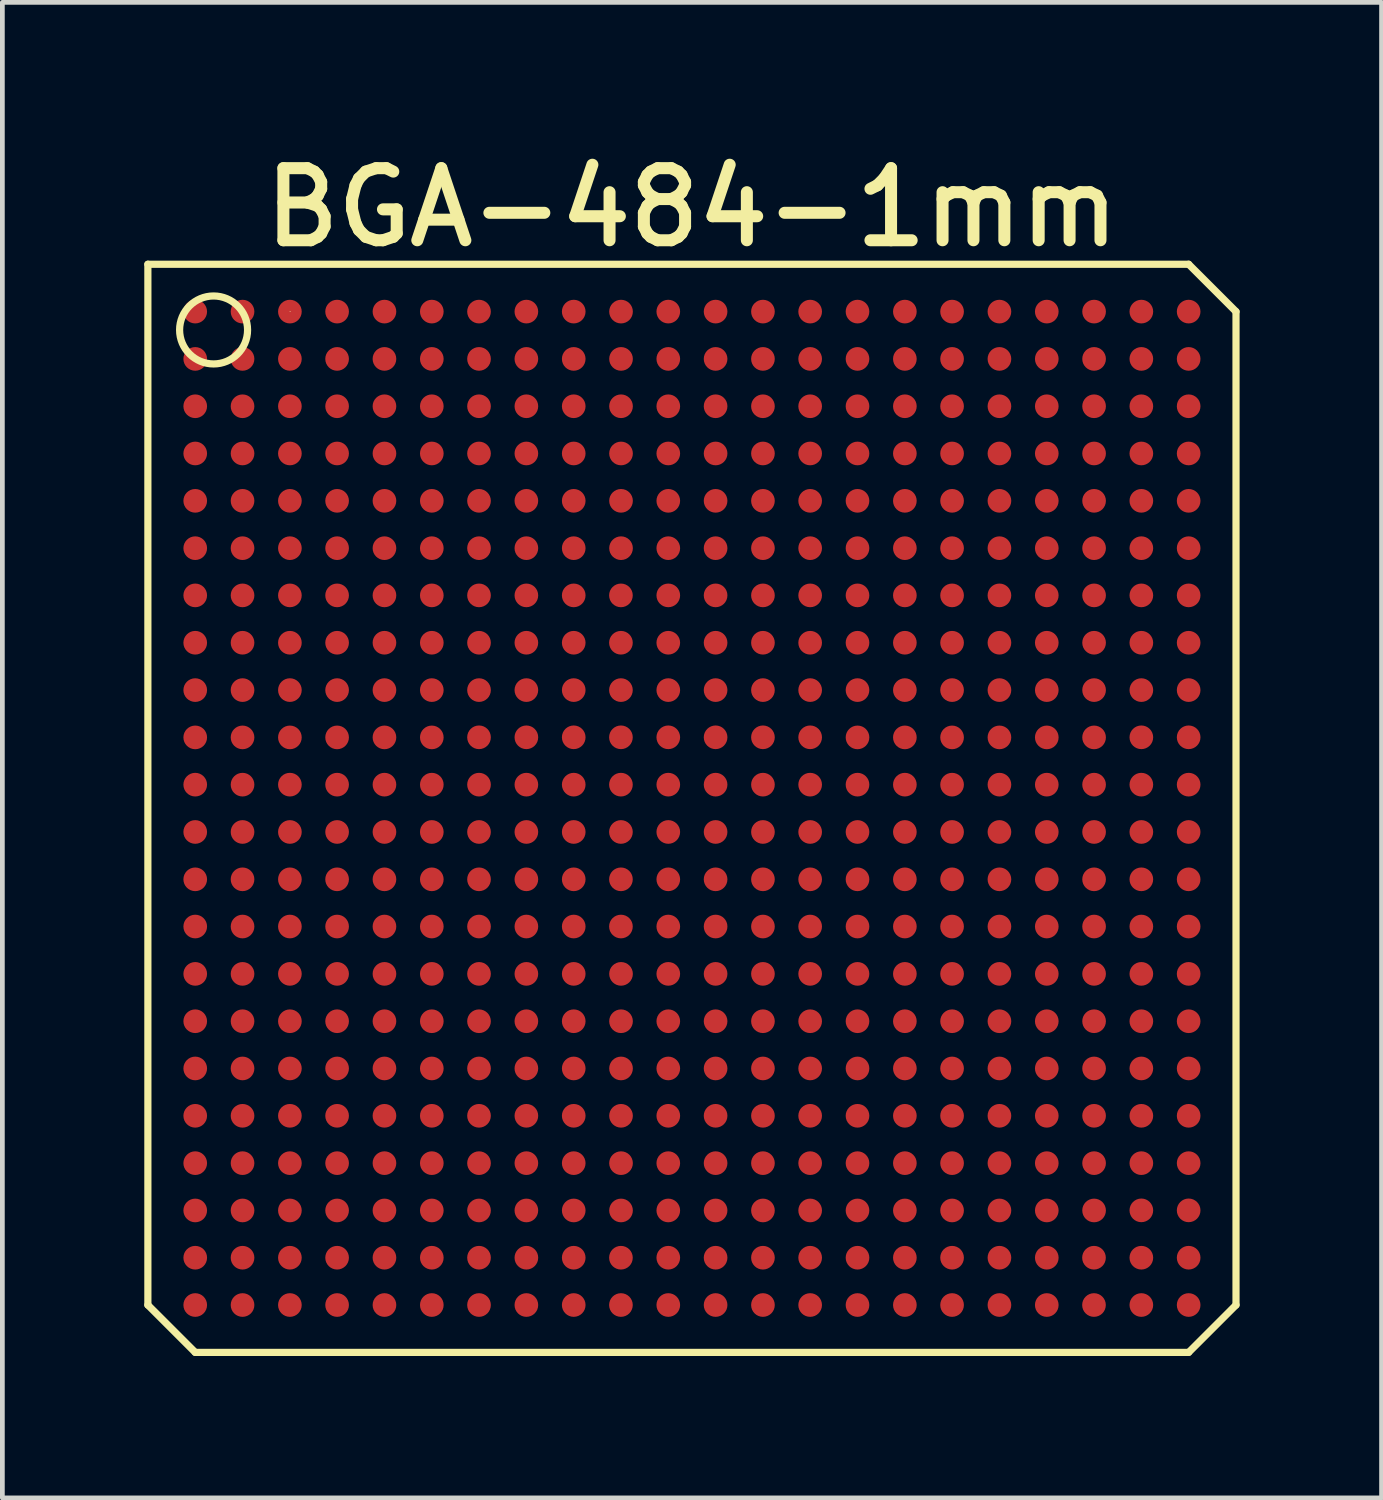
<source format=kicad_pcb>
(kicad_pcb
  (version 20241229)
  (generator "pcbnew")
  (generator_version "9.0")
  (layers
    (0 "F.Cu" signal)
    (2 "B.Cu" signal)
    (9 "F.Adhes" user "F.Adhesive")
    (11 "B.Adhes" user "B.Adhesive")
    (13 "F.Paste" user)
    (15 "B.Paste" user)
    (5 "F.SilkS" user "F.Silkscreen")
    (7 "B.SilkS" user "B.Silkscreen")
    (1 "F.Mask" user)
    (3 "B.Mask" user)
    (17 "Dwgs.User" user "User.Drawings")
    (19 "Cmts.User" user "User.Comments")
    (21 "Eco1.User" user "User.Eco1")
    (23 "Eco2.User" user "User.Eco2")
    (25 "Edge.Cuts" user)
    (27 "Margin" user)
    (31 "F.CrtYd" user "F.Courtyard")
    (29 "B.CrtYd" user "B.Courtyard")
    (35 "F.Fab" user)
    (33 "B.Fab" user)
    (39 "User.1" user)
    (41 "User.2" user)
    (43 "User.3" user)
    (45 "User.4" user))
  (footprint "BGA-484-1mm"
    (layer "F.Cu")
    (at 11.577 14.037)
    (property "Reference" "BGA-484-1mm" (at 0 -12.7 0) (layer "F.SilkS") (effects (font (size 1.524 1.524) (thickness 0.254))))
    (attr smd)
    (fp_line (start -11.501 -11.501) (end 10.5 -11.501) (stroke (width 0.152) (type solid)) (layer "F.SilkS"))
    (fp_line (start -11.501 10.5) (end -11.501 -11.501) (stroke (width 0.152) (type solid)) (layer "F.SilkS"))
    (fp_line (start -10.5 11.501) (end -11.501 10.5) (stroke (width 0.152) (type solid)) (layer "F.SilkS"))
    (fp_line (start -8.499 -10.5) (end -8.489 -10.5) (stroke (width 0.013) (type solid)) (layer "F.SilkS"))
    (fp_line (start 10.5 -11.501) (end 11.501 -10.5) (stroke (width 0.152) (type solid)) (layer "F.SilkS"))
    (fp_line (start 10.5 11.501) (end -10.5 11.501) (stroke (width 0.152) (type solid)) (layer "F.SilkS"))
    (fp_line (start 11.501 -10.5) (end 11.501 10.5) (stroke (width 0.152) (type solid)) (layer "F.SilkS"))
    (fp_line (start 11.501 10.5) (end 10.5 11.501) (stroke (width 0.152) (type solid)) (layer "F.SilkS"))
    (fp_circle (center -10.112 -10.112) (end -9.604 -10.62) (stroke (width 0.152) (type solid)) (fill no) (layer "F.SilkS"))
    (pad "A1" smd circle (at -10.5 -10.5) (size 0.5 0.5) (layers "F.Cu" "F.Mask" "F.Paste"))
    (pad "A2" smd circle (at -9.5 -10.5) (size 0.5 0.5) (layers "F.Cu" "F.Mask" "F.Paste"))
    (pad "A3" smd circle (at -8.499 -10.5) (size 0.5 0.5) (layers "F.Cu" "F.Mask" "F.Paste"))
    (pad "A4" smd circle (at -7.501 -10.5) (size 0.5 0.5) (layers "F.Cu" "F.Mask" "F.Paste"))
    (pad "A5" smd circle (at -6.5 -10.5) (size 0.5 0.5) (layers "F.Cu" "F.Mask" "F.Paste"))
    (pad "A6" smd circle (at -5.499 -10.5) (size 0.5 0.5) (layers "F.Cu" "F.Mask" "F.Paste"))
    (pad "A7" smd circle (at -4.501 -10.5) (size 0.5 0.5) (layers "F.Cu" "F.Mask" "F.Paste"))
    (pad "A8" smd circle (at -3.5 -10.5) (size 0.5 0.5) (layers "F.Cu" "F.Mask" "F.Paste"))
    (pad "A9" smd circle (at -2.499 -10.5) (size 0.5 0.5) (layers "F.Cu" "F.Mask" "F.Paste"))
    (pad "A10" smd circle (at -1.499 -10.5) (size 0.5 0.5) (layers "F.Cu" "F.Mask" "F.Paste"))
    (pad "A11" smd circle (at -0.5 -10.5) (size 0.5 0.5) (layers "F.Cu" "F.Mask" "F.Paste"))
    (pad "A12" smd circle (at 0.5 -10.5) (size 0.5 0.5) (layers "F.Cu" "F.Mask" "F.Paste"))
    (pad "A13" smd circle (at 1.501 -10.5) (size 0.5 0.5) (layers "F.Cu" "F.Mask" "F.Paste"))
    (pad "A14" smd circle (at 2.499 -10.5) (size 0.5 0.5) (layers "F.Cu" "F.Mask" "F.Paste"))
    (pad "A15" smd circle (at 3.5 -10.5) (size 0.5 0.5) (layers "F.Cu" "F.Mask" "F.Paste"))
    (pad "A16" smd circle (at 4.501 -10.5) (size 0.5 0.5) (layers "F.Cu" "F.Mask" "F.Paste"))
    (pad "A17" smd circle (at 5.499 -10.5) (size 0.5 0.5) (layers "F.Cu" "F.Mask" "F.Paste"))
    (pad "A18" smd circle (at 6.5 -10.5) (size 0.5 0.5) (layers "F.Cu" "F.Mask" "F.Paste"))
    (pad "A19" smd circle (at 7.501 -10.5) (size 0.5 0.5) (layers "F.Cu" "F.Mask" "F.Paste"))
    (pad "A20" smd circle (at 8.501 -10.5) (size 0.5 0.5) (layers "F.Cu" "F.Mask" "F.Paste"))
    (pad "A21" smd circle (at 9.5 -10.5) (size 0.5 0.5) (layers "F.Cu" "F.Mask" "F.Paste"))
    (pad "A22" smd circle (at 10.5 -10.5) (size 0.5 0.5) (layers "F.Cu" "F.Mask" "F.Paste"))
    (pad "AA1" smd circle (at -10.5 9.5) (size 0.5 0.5) (layers "F.Cu" "F.Mask" "F.Paste"))
    (pad "AA2" smd circle (at -9.5 9.5) (size 0.5 0.5) (layers "F.Cu" "F.Mask" "F.Paste"))
    (pad "AA3" smd circle (at -8.499 9.5) (size 0.5 0.5) (layers "F.Cu" "F.Mask" "F.Paste"))
    (pad "AA4" smd circle (at -7.501 9.5) (size 0.5 0.5) (layers "F.Cu" "F.Mask" "F.Paste"))
    (pad "AA5" smd circle (at -6.5 9.5) (size 0.5 0.5) (layers "F.Cu" "F.Mask" "F.Paste"))
    (pad "AA6" smd circle (at -5.499 9.5) (size 0.5 0.5) (layers "F.Cu" "F.Mask" "F.Paste"))
    (pad "AA7" smd circle (at -4.501 9.5) (size 0.5 0.5) (layers "F.Cu" "F.Mask" "F.Paste"))
    (pad "AA8" smd circle (at -3.5 9.5) (size 0.5 0.5) (layers "F.Cu" "F.Mask" "F.Paste"))
    (pad "AA9" smd circle (at -2.499 9.5) (size 0.5 0.5) (layers "F.Cu" "F.Mask" "F.Paste"))
    (pad "AA10" smd circle (at -1.501 9.5) (size 0.5 0.5) (layers "F.Cu" "F.Mask" "F.Paste"))
    (pad "AA11" smd circle (at -0.5 9.5) (size 0.5 0.5) (layers "F.Cu" "F.Mask" "F.Paste"))
    (pad "AA12" smd circle (at 0.5 9.5) (size 0.5 0.5) (layers "F.Cu" "F.Mask" "F.Paste"))
    (pad "AA13" smd circle (at 1.501 9.5) (size 0.5 0.5) (layers "F.Cu" "F.Mask" "F.Paste"))
    (pad "AA14" smd circle (at 2.499 9.5) (size 0.5 0.5) (layers "F.Cu" "F.Mask" "F.Paste"))
    (pad "AA15" smd circle (at 3.5 9.5) (size 0.5 0.5) (layers "F.Cu" "F.Mask" "F.Paste"))
    (pad "AA16" smd circle (at 4.501 9.5) (size 0.5 0.5) (layers "F.Cu" "F.Mask" "F.Paste"))
    (pad "AA17" smd circle (at 5.499 9.5) (size 0.5 0.5) (layers "F.Cu" "F.Mask" "F.Paste"))
    (pad "AA18" smd circle (at 6.5 9.5) (size 0.5 0.5) (layers "F.Cu" "F.Mask" "F.Paste"))
    (pad "AA19" smd circle (at 7.501 9.5) (size 0.5 0.5) (layers "F.Cu" "F.Mask" "F.Paste"))
    (pad "AA20" smd circle (at 8.499 9.5) (size 0.5 0.5) (layers "F.Cu" "F.Mask" "F.Paste"))
    (pad "AA21" smd circle (at 9.5 9.5) (size 0.5 0.5) (layers "F.Cu" "F.Mask" "F.Paste"))
    (pad "AA22" smd circle (at 10.5 9.5) (size 0.5 0.5) (layers "F.Cu" "F.Mask" "F.Paste"))
    (pad "AB1" smd circle (at -10.5 10.5) (size 0.5 0.5) (layers "F.Cu" "F.Mask" "F.Paste"))
    (pad "AB2" smd circle (at -9.5 10.5) (size 0.5 0.5) (layers "F.Cu" "F.Mask" "F.Paste"))
    (pad "AB3" smd circle (at -8.499 10.5) (size 0.5 0.5) (layers "F.Cu" "F.Mask" "F.Paste"))
    (pad "AB4" smd circle (at -7.501 10.5) (size 0.5 0.5) (layers "F.Cu" "F.Mask" "F.Paste"))
    (pad "AB5" smd circle (at -6.5 10.5) (size 0.5 0.5) (layers "F.Cu" "F.Mask" "F.Paste"))
    (pad "AB6" smd circle (at -5.499 10.5) (size 0.5 0.5) (layers "F.Cu" "F.Mask" "F.Paste"))
    (pad "AB7" smd circle (at -4.501 10.5) (size 0.5 0.5) (layers "F.Cu" "F.Mask" "F.Paste"))
    (pad "AB8" smd circle (at -3.5 10.5) (size 0.5 0.5) (layers "F.Cu" "F.Mask" "F.Paste"))
    (pad "AB9" smd circle (at -2.499 10.5) (size 0.5 0.5) (layers "F.Cu" "F.Mask" "F.Paste"))
    (pad "AB10" smd circle (at -1.501 10.5) (size 0.5 0.5) (layers "F.Cu" "F.Mask" "F.Paste"))
    (pad "AB11" smd circle (at -0.5 10.5) (size 0.5 0.5) (layers "F.Cu" "F.Mask" "F.Paste"))
    (pad "AB12" smd circle (at 0.5 10.5) (size 0.5 0.5) (layers "F.Cu" "F.Mask" "F.Paste"))
    (pad "AB13" smd circle (at 1.501 10.5) (size 0.5 0.5) (layers "F.Cu" "F.Mask" "F.Paste"))
    (pad "AB14" smd circle (at 2.499 10.5) (size 0.5 0.5) (layers "F.Cu" "F.Mask" "F.Paste"))
    (pad "AB15" smd circle (at 3.5 10.5) (size 0.5 0.5) (layers "F.Cu" "F.Mask" "F.Paste"))
    (pad "AB16" smd circle (at 4.501 10.5) (size 0.5 0.5) (layers "F.Cu" "F.Mask" "F.Paste"))
    (pad "AB17" smd circle (at 5.499 10.5) (size 0.5 0.5) (layers "F.Cu" "F.Mask" "F.Paste"))
    (pad "AB18" smd circle (at 6.5 10.5) (size 0.5 0.5) (layers "F.Cu" "F.Mask" "F.Paste"))
    (pad "AB19" smd circle (at 7.501 10.5) (size 0.5 0.5) (layers "F.Cu" "F.Mask" "F.Paste"))
    (pad "AB20" smd circle (at 8.499 10.5) (size 0.5 0.5) (layers "F.Cu" "F.Mask" "F.Paste"))
    (pad "AB21" smd circle (at 9.5 10.5) (size 0.5 0.5) (layers "F.Cu" "F.Mask" "F.Paste"))
    (pad "AB22" smd circle (at 10.5 10.5) (size 0.5 0.5) (layers "F.Cu" "F.Mask" "F.Paste"))
    (pad "B1" smd circle (at -10.5 -9.5) (size 0.5 0.5) (layers "F.Cu" "F.Mask" "F.Paste"))
    (pad "B2" smd circle (at -9.5 -9.5) (size 0.5 0.5) (layers "F.Cu" "F.Mask" "F.Paste"))
    (pad "B3" smd circle (at -8.499 -9.5) (size 0.5 0.5) (layers "F.Cu" "F.Mask" "F.Paste"))
    (pad "B4" smd circle (at -7.501 -9.5) (size 0.5 0.5) (layers "F.Cu" "F.Mask" "F.Paste"))
    (pad "B5" smd circle (at -6.5 -9.5) (size 0.5 0.5) (layers "F.Cu" "F.Mask" "F.Paste"))
    (pad "B6" smd circle (at -5.499 -9.5) (size 0.5 0.5) (layers "F.Cu" "F.Mask" "F.Paste"))
    (pad "B7" smd circle (at -4.501 -9.5) (size 0.5 0.5) (layers "F.Cu" "F.Mask" "F.Paste"))
    (pad "B8" smd circle (at -3.5 -9.5) (size 0.5 0.5) (layers "F.Cu" "F.Mask" "F.Paste"))
    (pad "B9" smd circle (at -2.499 -9.5) (size 0.5 0.5) (layers "F.Cu" "F.Mask" "F.Paste"))
    (pad "B10" smd circle (at -1.499 -9.5) (size 0.5 0.5) (layers "F.Cu" "F.Mask" "F.Paste"))
    (pad "B11" smd circle (at -0.5 -9.5) (size 0.5 0.5) (layers "F.Cu" "F.Mask" "F.Paste"))
    (pad "B12" smd circle (at 0.5 -9.5) (size 0.5 0.5) (layers "F.Cu" "F.Mask" "F.Paste"))
    (pad "B13" smd circle (at 1.501 -9.5) (size 0.5 0.5) (layers "F.Cu" "F.Mask" "F.Paste"))
    (pad "B14" smd circle (at 2.499 -9.5) (size 0.5 0.5) (layers "F.Cu" "F.Mask" "F.Paste"))
    (pad "B15" smd circle (at 3.5 -9.5) (size 0.5 0.5) (layers "F.Cu" "F.Mask" "F.Paste"))
    (pad "B16" smd circle (at 4.501 -9.5) (size 0.5 0.5) (layers "F.Cu" "F.Mask" "F.Paste"))
    (pad "B17" smd circle (at 5.499 -9.5) (size 0.5 0.5) (layers "F.Cu" "F.Mask" "F.Paste"))
    (pad "B18" smd circle (at 6.5 -9.5) (size 0.5 0.5) (layers "F.Cu" "F.Mask" "F.Paste"))
    (pad "B19" smd circle (at 7.501 -9.5) (size 0.5 0.5) (layers "F.Cu" "F.Mask" "F.Paste"))
    (pad "B20" smd circle (at 8.501 -9.5) (size 0.5 0.5) (layers "F.Cu" "F.Mask" "F.Paste"))
    (pad "B21" smd circle (at 9.5 -9.5) (size 0.5 0.5) (layers "F.Cu" "F.Mask" "F.Paste"))
    (pad "B22" smd circle (at 10.5 -9.5) (size 0.5 0.5) (layers "F.Cu" "F.Mask" "F.Paste"))
    (pad "C1" smd circle (at -10.5 -8.499) (size 0.5 0.5) (layers "F.Cu" "F.Mask" "F.Paste"))
    (pad "C2" smd circle (at -9.5 -8.499) (size 0.5 0.5) (layers "F.Cu" "F.Mask" "F.Paste"))
    (pad "C3" smd circle (at -8.499 -8.499) (size 0.5 0.5) (layers "F.Cu" "F.Mask" "F.Paste"))
    (pad "C4" smd circle (at -7.501 -8.499) (size 0.5 0.5) (layers "F.Cu" "F.Mask" "F.Paste"))
    (pad "C5" smd circle (at -6.5 -8.499) (size 0.5 0.5) (layers "F.Cu" "F.Mask" "F.Paste"))
    (pad "C6" smd circle (at -5.499 -8.499) (size 0.5 0.5) (layers "F.Cu" "F.Mask" "F.Paste"))
    (pad "C7" smd circle (at -4.501 -8.499) (size 0.5 0.5) (layers "F.Cu" "F.Mask" "F.Paste"))
    (pad "C8" smd circle (at -3.5 -8.499) (size 0.5 0.5) (layers "F.Cu" "F.Mask" "F.Paste"))
    (pad "C9" smd circle (at -2.499 -8.499) (size 0.5 0.5) (layers "F.Cu" "F.Mask" "F.Paste"))
    (pad "C10" smd circle (at -1.499 -8.499) (size 0.5 0.5) (layers "F.Cu" "F.Mask" "F.Paste"))
    (pad "C11" smd circle (at -0.5 -8.499) (size 0.5 0.5) (layers "F.Cu" "F.Mask" "F.Paste"))
    (pad "C12" smd circle (at 0.5 -8.499) (size 0.5 0.5) (layers "F.Cu" "F.Mask" "F.Paste"))
    (pad "C13" smd circle (at 1.501 -8.499) (size 0.5 0.5) (layers "F.Cu" "F.Mask" "F.Paste"))
    (pad "C14" smd circle (at 2.499 -8.499) (size 0.5 0.5) (layers "F.Cu" "F.Mask" "F.Paste"))
    (pad "C15" smd circle (at 3.5 -8.499) (size 0.5 0.5) (layers "F.Cu" "F.Mask" "F.Paste"))
    (pad "C16" smd circle (at 4.501 -8.499) (size 0.5 0.5) (layers "F.Cu" "F.Mask" "F.Paste"))
    (pad "C17" smd circle (at 5.499 -8.499) (size 0.5 0.5) (layers "F.Cu" "F.Mask" "F.Paste"))
    (pad "C18" smd circle (at 6.5 -8.499) (size 0.5 0.5) (layers "F.Cu" "F.Mask" "F.Paste"))
    (pad "C19" smd circle (at 7.501 -8.499) (size 0.5 0.5) (layers "F.Cu" "F.Mask" "F.Paste"))
    (pad "C20" smd circle (at 8.501 -8.499) (size 0.5 0.5) (layers "F.Cu" "F.Mask" "F.Paste"))
    (pad "C21" smd circle (at 9.5 -8.499) (size 0.5 0.5) (layers "F.Cu" "F.Mask" "F.Paste"))
    (pad "C22" smd circle (at 10.5 -8.499) (size 0.5 0.5) (layers "F.Cu" "F.Mask" "F.Paste"))
    (pad "D1" smd circle (at -10.5 -7.501) (size 0.5 0.5) (layers "F.Cu" "F.Mask" "F.Paste"))
    (pad "D2" smd circle (at -9.5 -7.501) (size 0.5 0.5) (layers "F.Cu" "F.Mask" "F.Paste"))
    (pad "D3" smd circle (at -8.499 -7.501) (size 0.5 0.5) (layers "F.Cu" "F.Mask" "F.Paste"))
    (pad "D4" smd circle (at -7.501 -7.501) (size 0.5 0.5) (layers "F.Cu" "F.Mask" "F.Paste"))
    (pad "D5" smd circle (at -6.5 -7.501) (size 0.5 0.5) (layers "F.Cu" "F.Mask" "F.Paste"))
    (pad "D6" smd circle (at -5.499 -7.501) (size 0.5 0.5) (layers "F.Cu" "F.Mask" "F.Paste"))
    (pad "D7" smd circle (at -4.501 -7.501) (size 0.5 0.5) (layers "F.Cu" "F.Mask" "F.Paste"))
    (pad "D8" smd circle (at -3.5 -7.501) (size 0.5 0.5) (layers "F.Cu" "F.Mask" "F.Paste"))
    (pad "D9" smd circle (at -2.499 -7.501) (size 0.5 0.5) (layers "F.Cu" "F.Mask" "F.Paste"))
    (pad "D10" smd circle (at -1.499 -7.501) (size 0.5 0.5) (layers "F.Cu" "F.Mask" "F.Paste"))
    (pad "D11" smd circle (at -0.5 -7.501) (size 0.5 0.5) (layers "F.Cu" "F.Mask" "F.Paste"))
    (pad "D12" smd circle (at 0.5 -7.501) (size 0.5 0.5) (layers "F.Cu" "F.Mask" "F.Paste"))
    (pad "D13" smd circle (at 1.501 -7.501) (size 0.5 0.5) (layers "F.Cu" "F.Mask" "F.Paste"))
    (pad "D14" smd circle (at 2.499 -7.501) (size 0.5 0.5) (layers "F.Cu" "F.Mask" "F.Paste"))
    (pad "D15" smd circle (at 3.5 -7.501) (size 0.5 0.5) (layers "F.Cu" "F.Mask" "F.Paste"))
    (pad "D16" smd circle (at 4.501 -7.501) (size 0.5 0.5) (layers "F.Cu" "F.Mask" "F.Paste"))
    (pad "D17" smd circle (at 5.499 -7.501) (size 0.5 0.5) (layers "F.Cu" "F.Mask" "F.Paste"))
    (pad "D18" smd circle (at 6.5 -7.501) (size 0.5 0.5) (layers "F.Cu" "F.Mask" "F.Paste"))
    (pad "D19" smd circle (at 7.501 -7.501) (size 0.5 0.5) (layers "F.Cu" "F.Mask" "F.Paste"))
    (pad "D20" smd circle (at 8.501 -7.501) (size 0.5 0.5) (layers "F.Cu" "F.Mask" "F.Paste"))
    (pad "D21" smd circle (at 9.5 -7.501) (size 0.5 0.5) (layers "F.Cu" "F.Mask" "F.Paste"))
    (pad "D22" smd circle (at 10.5 -7.501) (size 0.5 0.5) (layers "F.Cu" "F.Mask" "F.Paste"))
    (pad "E1" smd circle (at -10.5 -6.5) (size 0.5 0.5) (layers "F.Cu" "F.Mask" "F.Paste"))
    (pad "E2" smd circle (at -9.5 -6.5) (size 0.5 0.5) (layers "F.Cu" "F.Mask" "F.Paste"))
    (pad "E3" smd circle (at -8.499 -6.5) (size 0.5 0.5) (layers "F.Cu" "F.Mask" "F.Paste"))
    (pad "E4" smd circle (at -7.501 -6.5) (size 0.5 0.5) (layers "F.Cu" "F.Mask" "F.Paste"))
    (pad "E5" smd circle (at -6.5 -6.5) (size 0.5 0.5) (layers "F.Cu" "F.Mask" "F.Paste"))
    (pad "E6" smd circle (at -5.499 -6.5) (size 0.5 0.5) (layers "F.Cu" "F.Mask" "F.Paste"))
    (pad "E7" smd circle (at -4.501 -6.5) (size 0.5 0.5) (layers "F.Cu" "F.Mask" "F.Paste"))
    (pad "E8" smd circle (at -3.5 -6.5) (size 0.5 0.5) (layers "F.Cu" "F.Mask" "F.Paste"))
    (pad "E9" smd circle (at -2.499 -6.5) (size 0.5 0.5) (layers "F.Cu" "F.Mask" "F.Paste"))
    (pad "E10" smd circle (at -1.499 -6.5) (size 0.5 0.5) (layers "F.Cu" "F.Mask" "F.Paste"))
    (pad "E11" smd circle (at -0.5 -6.5) (size 0.5 0.5) (layers "F.Cu" "F.Mask" "F.Paste"))
    (pad "E12" smd circle (at 0.5 -6.5) (size 0.5 0.5) (layers "F.Cu" "F.Mask" "F.Paste"))
    (pad "E13" smd circle (at 1.501 -6.5) (size 0.5 0.5) (layers "F.Cu" "F.Mask" "F.Paste"))
    (pad "E14" smd circle (at 2.499 -6.5) (size 0.5 0.5) (layers "F.Cu" "F.Mask" "F.Paste"))
    (pad "E15" smd circle (at 3.5 -6.5) (size 0.5 0.5) (layers "F.Cu" "F.Mask" "F.Paste"))
    (pad "E16" smd circle (at 4.501 -6.5) (size 0.5 0.5) (layers "F.Cu" "F.Mask" "F.Paste"))
    (pad "E17" smd circle (at 5.499 -6.5) (size 0.5 0.5) (layers "F.Cu" "F.Mask" "F.Paste"))
    (pad "E18" smd circle (at 6.5 -6.5) (size 0.5 0.5) (layers "F.Cu" "F.Mask" "F.Paste"))
    (pad "E19" smd circle (at 7.501 -6.5) (size 0.5 0.5) (layers "F.Cu" "F.Mask" "F.Paste"))
    (pad "E20" smd circle (at 8.501 -6.5) (size 0.5 0.5) (layers "F.Cu" "F.Mask" "F.Paste"))
    (pad "E21" smd circle (at 9.5 -6.5) (size 0.5 0.5) (layers "F.Cu" "F.Mask" "F.Paste"))
    (pad "E22" smd circle (at 10.5 -6.5) (size 0.5 0.5) (layers "F.Cu" "F.Mask" "F.Paste"))
    (pad "F1" smd circle (at -10.5 -5.499) (size 0.5 0.5) (layers "F.Cu" "F.Mask" "F.Paste"))
    (pad "F2" smd circle (at -9.5 -5.499) (size 0.5 0.5) (layers "F.Cu" "F.Mask" "F.Paste"))
    (pad "F3" smd circle (at -8.499 -5.499) (size 0.5 0.5) (layers "F.Cu" "F.Mask" "F.Paste"))
    (pad "F4" smd circle (at -7.501 -5.499) (size 0.5 0.5) (layers "F.Cu" "F.Mask" "F.Paste"))
    (pad "F5" smd circle (at -6.5 -5.499) (size 0.5 0.5) (layers "F.Cu" "F.Mask" "F.Paste"))
    (pad "F6" smd circle (at -5.499 -5.499) (size 0.5 0.5) (layers "F.Cu" "F.Mask" "F.Paste"))
    (pad "F7" smd circle (at -4.501 -5.499) (size 0.5 0.5) (layers "F.Cu" "F.Mask" "F.Paste"))
    (pad "F8" smd circle (at -3.5 -5.499) (size 0.5 0.5) (layers "F.Cu" "F.Mask" "F.Paste"))
    (pad "F9" smd circle (at -2.499 -5.499) (size 0.5 0.5) (layers "F.Cu" "F.Mask" "F.Paste"))
    (pad "F10" smd circle (at -1.499 -5.499) (size 0.5 0.5) (layers "F.Cu" "F.Mask" "F.Paste"))
    (pad "F11" smd circle (at -0.5 -5.499) (size 0.5 0.5) (layers "F.Cu" "F.Mask" "F.Paste"))
    (pad "F12" smd circle (at 0.5 -5.499) (size 0.5 0.5) (layers "F.Cu" "F.Mask" "F.Paste"))
    (pad "F13" smd circle (at 1.501 -5.499) (size 0.5 0.5) (layers "F.Cu" "F.Mask" "F.Paste"))
    (pad "F14" smd circle (at 2.499 -5.499) (size 0.5 0.5) (layers "F.Cu" "F.Mask" "F.Paste"))
    (pad "F15" smd circle (at 3.5 -5.499) (size 0.5 0.5) (layers "F.Cu" "F.Mask" "F.Paste"))
    (pad "F16" smd circle (at 4.501 -5.499) (size 0.5 0.5) (layers "F.Cu" "F.Mask" "F.Paste"))
    (pad "F17" smd circle (at 5.499 -5.499) (size 0.5 0.5) (layers "F.Cu" "F.Mask" "F.Paste"))
    (pad "F18" smd circle (at 6.5 -5.499) (size 0.5 0.5) (layers "F.Cu" "F.Mask" "F.Paste"))
    (pad "F19" smd circle (at 7.501 -5.499) (size 0.5 0.5) (layers "F.Cu" "F.Mask" "F.Paste"))
    (pad "F20" smd circle (at 8.501 -5.499) (size 0.5 0.5) (layers "F.Cu" "F.Mask" "F.Paste"))
    (pad "F21" smd circle (at 9.5 -5.499) (size 0.5 0.5) (layers "F.Cu" "F.Mask" "F.Paste"))
    (pad "F22" smd circle (at 10.5 -5.499) (size 0.5 0.5) (layers "F.Cu" "F.Mask" "F.Paste"))
    (pad "G1" smd circle (at -10.5 -4.501) (size 0.5 0.5) (layers "F.Cu" "F.Mask" "F.Paste"))
    (pad "G2" smd circle (at -9.5 -4.501) (size 0.5 0.5) (layers "F.Cu" "F.Mask" "F.Paste"))
    (pad "G3" smd circle (at -8.499 -4.501) (size 0.5 0.5) (layers "F.Cu" "F.Mask" "F.Paste"))
    (pad "G4" smd circle (at -7.501 -4.501) (size 0.5 0.5) (layers "F.Cu" "F.Mask" "F.Paste"))
    (pad "G5" smd circle (at -6.5 -4.501) (size 0.5 0.5) (layers "F.Cu" "F.Mask" "F.Paste"))
    (pad "G6" smd circle (at -5.499 -4.501) (size 0.5 0.5) (layers "F.Cu" "F.Mask" "F.Paste"))
    (pad "G7" smd circle (at -4.501 -4.501) (size 0.5 0.5) (layers "F.Cu" "F.Mask" "F.Paste"))
    (pad "G8" smd circle (at -3.5 -4.501) (size 0.5 0.5) (layers "F.Cu" "F.Mask" "F.Paste"))
    (pad "G9" smd circle (at -2.499 -4.501) (size 0.5 0.5) (layers "F.Cu" "F.Mask" "F.Paste"))
    (pad "G10" smd circle (at -1.501 -4.501) (size 0.5 0.5) (layers "F.Cu" "F.Mask" "F.Paste"))
    (pad "G11" smd circle (at -0.5 -4.501) (size 0.5 0.5) (layers "F.Cu" "F.Mask" "F.Paste"))
    (pad "G12" smd circle (at 0.5 -4.501) (size 0.5 0.5) (layers "F.Cu" "F.Mask" "F.Paste"))
    (pad "G13" smd circle (at 1.501 -4.501) (size 0.5 0.5) (layers "F.Cu" "F.Mask" "F.Paste"))
    (pad "G14" smd circle (at 2.499 -4.501) (size 0.5 0.5) (layers "F.Cu" "F.Mask" "F.Paste"))
    (pad "G15" smd circle (at 3.5 -4.501) (size 0.5 0.5) (layers "F.Cu" "F.Mask" "F.Paste"))
    (pad "G16" smd circle (at 4.501 -4.501) (size 0.5 0.5) (layers "F.Cu" "F.Mask" "F.Paste"))
    (pad "G17" smd circle (at 5.499 -4.501) (size 0.5 0.5) (layers "F.Cu" "F.Mask" "F.Paste"))
    (pad "G18" smd circle (at 6.5 -4.501) (size 0.5 0.5) (layers "F.Cu" "F.Mask" "F.Paste"))
    (pad "G19" smd circle (at 7.501 -4.501) (size 0.5 0.5) (layers "F.Cu" "F.Mask" "F.Paste"))
    (pad "G20" smd circle (at 8.501 -4.501) (size 0.5 0.5) (layers "F.Cu" "F.Mask" "F.Paste"))
    (pad "G21" smd circle (at 9.5 -4.501) (size 0.5 0.5) (layers "F.Cu" "F.Mask" "F.Paste"))
    (pad "G22" smd circle (at 10.5 -4.501) (size 0.5 0.5) (layers "F.Cu" "F.Mask" "F.Paste"))
    (pad "H1" smd circle (at -10.5 -3.5) (size 0.5 0.5) (layers "F.Cu" "F.Mask" "F.Paste"))
    (pad "H2" smd circle (at -9.5 -3.5) (size 0.5 0.5) (layers "F.Cu" "F.Mask" "F.Paste"))
    (pad "H3" smd circle (at -8.499 -3.5) (size 0.5 0.5) (layers "F.Cu" "F.Mask" "F.Paste"))
    (pad "H4" smd circle (at -7.501 -3.5) (size 0.5 0.5) (layers "F.Cu" "F.Mask" "F.Paste"))
    (pad "H5" smd circle (at -6.5 -3.5) (size 0.5 0.5) (layers "F.Cu" "F.Mask" "F.Paste"))
    (pad "H6" smd circle (at -5.499 -3.5) (size 0.5 0.5) (layers "F.Cu" "F.Mask" "F.Paste"))
    (pad "H7" smd circle (at -4.501 -3.5) (size 0.5 0.5) (layers "F.Cu" "F.Mask" "F.Paste"))
    (pad "H8" smd circle (at -3.5 -3.5) (size 0.5 0.5) (layers "F.Cu" "F.Mask" "F.Paste"))
    (pad "H9" smd circle (at -2.499 -3.5) (size 0.5 0.5) (layers "F.Cu" "F.Mask" "F.Paste"))
    (pad "H10" smd circle (at -1.501 -3.5) (size 0.5 0.5) (layers "F.Cu" "F.Mask" "F.Paste"))
    (pad "H11" smd circle (at -0.5 -3.5) (size 0.5 0.5) (layers "F.Cu" "F.Mask" "F.Paste"))
    (pad "H12" smd circle (at 0.5 -3.5) (size 0.5 0.5) (layers "F.Cu" "F.Mask" "F.Paste"))
    (pad "H13" smd circle (at 1.501 -3.5) (size 0.5 0.5) (layers "F.Cu" "F.Mask" "F.Paste"))
    (pad "H14" smd circle (at 2.499 -3.5) (size 0.5 0.5) (layers "F.Cu" "F.Mask" "F.Paste"))
    (pad "H15" smd circle (at 3.5 -3.5) (size 0.5 0.5) (layers "F.Cu" "F.Mask" "F.Paste"))
    (pad "H16" smd circle (at 4.501 -3.5) (size 0.5 0.5) (layers "F.Cu" "F.Mask" "F.Paste"))
    (pad "H17" smd circle (at 5.499 -3.5) (size 0.5 0.5) (layers "F.Cu" "F.Mask" "F.Paste"))
    (pad "H18" smd circle (at 6.5 -3.5) (size 0.5 0.5) (layers "F.Cu" "F.Mask" "F.Paste"))
    (pad "H19" smd circle (at 7.501 -3.5) (size 0.5 0.5) (layers "F.Cu" "F.Mask" "F.Paste"))
    (pad "H20" smd circle (at 8.501 -3.5) (size 0.5 0.5) (layers "F.Cu" "F.Mask" "F.Paste"))
    (pad "H21" smd circle (at 9.5 -3.5) (size 0.5 0.5) (layers "F.Cu" "F.Mask" "F.Paste"))
    (pad "H22" smd circle (at 10.5 -3.5) (size 0.5 0.5) (layers "F.Cu" "F.Mask" "F.Paste"))
    (pad "J1" smd circle (at -10.5 -2.499) (size 0.5 0.5) (layers "F.Cu" "F.Mask" "F.Paste"))
    (pad "J2" smd circle (at -9.5 -2.499) (size 0.5 0.5) (layers "F.Cu" "F.Mask" "F.Paste"))
    (pad "J3" smd circle (at -8.499 -2.499) (size 0.5 0.5) (layers "F.Cu" "F.Mask" "F.Paste"))
    (pad "J4" smd circle (at -7.501 -2.499) (size 0.5 0.5) (layers "F.Cu" "F.Mask" "F.Paste"))
    (pad "J5" smd circle (at -6.5 -2.499) (size 0.5 0.5) (layers "F.Cu" "F.Mask" "F.Paste"))
    (pad "J6" smd circle (at -5.499 -2.499) (size 0.5 0.5) (layers "F.Cu" "F.Mask" "F.Paste"))
    (pad "J7" smd circle (at -4.501 -2.499) (size 0.5 0.5) (layers "F.Cu" "F.Mask" "F.Paste"))
    (pad "J8" smd circle (at -3.5 -2.499) (size 0.5 0.5) (layers "F.Cu" "F.Mask" "F.Paste"))
    (pad "J9" smd circle (at -2.499 -2.499) (size 0.5 0.5) (layers "F.Cu" "F.Mask" "F.Paste"))
    (pad "J10" smd circle (at -1.501 -2.499) (size 0.5 0.5) (layers "F.Cu" "F.Mask" "F.Paste"))
    (pad "J11" smd circle (at -0.5 -2.499) (size 0.5 0.5) (layers "F.Cu" "F.Mask" "F.Paste"))
    (pad "J12" smd circle (at 0.5 -2.499) (size 0.5 0.5) (layers "F.Cu" "F.Mask" "F.Paste"))
    (pad "J13" smd circle (at 1.501 -2.499) (size 0.5 0.5) (layers "F.Cu" "F.Mask" "F.Paste"))
    (pad "J14" smd circle (at 2.499 -2.499) (size 0.5 0.5) (layers "F.Cu" "F.Mask" "F.Paste"))
    (pad "J15" smd circle (at 3.5 -2.499) (size 0.5 0.5) (layers "F.Cu" "F.Mask" "F.Paste"))
    (pad "J16" smd circle (at 4.501 -2.499) (size 0.5 0.5) (layers "F.Cu" "F.Mask" "F.Paste"))
    (pad "J17" smd circle (at 5.499 -2.499) (size 0.5 0.5) (layers "F.Cu" "F.Mask" "F.Paste"))
    (pad "J18" smd circle (at 6.5 -2.499) (size 0.5 0.5) (layers "F.Cu" "F.Mask" "F.Paste"))
    (pad "J19" smd circle (at 7.501 -2.499) (size 0.5 0.5) (layers "F.Cu" "F.Mask" "F.Paste"))
    (pad "J20" smd circle (at 8.501 -2.499) (size 0.5 0.5) (layers "F.Cu" "F.Mask" "F.Paste"))
    (pad "J21" smd circle (at 9.5 -2.499) (size 0.5 0.5) (layers "F.Cu" "F.Mask" "F.Paste"))
    (pad "J22" smd circle (at 10.5 -2.499) (size 0.5 0.5) (layers "F.Cu" "F.Mask" "F.Paste"))
    (pad "K1" smd circle (at -10.5 -1.499) (size 0.5 0.5) (layers "F.Cu" "F.Mask" "F.Paste"))
    (pad "K2" smd circle (at -9.5 -1.499) (size 0.5 0.5) (layers "F.Cu" "F.Mask" "F.Paste"))
    (pad "K3" smd circle (at -8.499 -1.499) (size 0.5 0.5) (layers "F.Cu" "F.Mask" "F.Paste"))
    (pad "K4" smd circle (at -7.501 -1.499) (size 0.5 0.5) (layers "F.Cu" "F.Mask" "F.Paste"))
    (pad "K5" smd circle (at -6.5 -1.499) (size 0.5 0.5) (layers "F.Cu" "F.Mask" "F.Paste"))
    (pad "K6" smd circle (at -5.499 -1.499) (size 0.5 0.5) (layers "F.Cu" "F.Mask" "F.Paste"))
    (pad "K7" smd circle (at -4.501 -1.501) (size 0.5 0.5) (layers "F.Cu" "F.Mask" "F.Paste"))
    (pad "K8" smd circle (at -3.5 -1.501) (size 0.5 0.5) (layers "F.Cu" "F.Mask" "F.Paste"))
    (pad "K9" smd circle (at -2.499 -1.501) (size 0.5 0.5) (layers "F.Cu" "F.Mask" "F.Paste"))
    (pad "K10" smd circle (at -1.501 -1.501) (size 0.5 0.5) (layers "F.Cu" "F.Mask" "F.Paste"))
    (pad "K11" smd circle (at -0.5 -1.501) (size 0.5 0.5) (layers "F.Cu" "F.Mask" "F.Paste"))
    (pad "K12" smd circle (at 0.5 -1.501) (size 0.5 0.5) (layers "F.Cu" "F.Mask" "F.Paste"))
    (pad "K13" smd circle (at 1.501 -1.501) (size 0.5 0.5) (layers "F.Cu" "F.Mask" "F.Paste"))
    (pad "K14" smd circle (at 2.499 -1.501) (size 0.5 0.5) (layers "F.Cu" "F.Mask" "F.Paste"))
    (pad "K15" smd circle (at 3.5 -1.499) (size 0.5 0.5) (layers "F.Cu" "F.Mask" "F.Paste"))
    (pad "K16" smd circle (at 4.501 -1.499) (size 0.5 0.5) (layers "F.Cu" "F.Mask" "F.Paste"))
    (pad "K17" smd circle (at 5.499 -1.499) (size 0.5 0.5) (layers "F.Cu" "F.Mask" "F.Paste"))
    (pad "K18" smd circle (at 6.5 -1.499) (size 0.5 0.5) (layers "F.Cu" "F.Mask" "F.Paste"))
    (pad "K19" smd circle (at 7.501 -1.499) (size 0.5 0.5) (layers "F.Cu" "F.Mask" "F.Paste"))
    (pad "K20" smd circle (at 8.501 -1.499) (size 0.5 0.5) (layers "F.Cu" "F.Mask" "F.Paste"))
    (pad "K21" smd circle (at 9.5 -1.501) (size 0.5 0.5) (layers "F.Cu" "F.Mask" "F.Paste"))
    (pad "K22" smd circle (at 10.5 -1.501) (size 0.5 0.5) (layers "F.Cu" "F.Mask" "F.Paste"))
    (pad "L1" smd circle (at -10.5 -0.5) (size 0.5 0.5) (layers "F.Cu" "F.Mask" "F.Paste"))
    (pad "L2" smd circle (at -9.5 -0.5) (size 0.5 0.5) (layers "F.Cu" "F.Mask" "F.Paste"))
    (pad "L3" smd circle (at -8.499 -0.5) (size 0.5 0.5) (layers "F.Cu" "F.Mask" "F.Paste"))
    (pad "L4" smd circle (at -7.501 -0.5) (size 0.5 0.5) (layers "F.Cu" "F.Mask" "F.Paste"))
    (pad "L5" smd circle (at -6.5 -0.5) (size 0.5 0.5) (layers "F.Cu" "F.Mask" "F.Paste"))
    (pad "L6" smd circle (at -5.499 -0.5) (size 0.5 0.5) (layers "F.Cu" "F.Mask" "F.Paste"))
    (pad "L7" smd circle (at -4.501 -0.5) (size 0.5 0.5) (layers "F.Cu" "F.Mask" "F.Paste"))
    (pad "L8" smd circle (at -3.5 -0.5) (size 0.5 0.5) (layers "F.Cu" "F.Mask" "F.Paste"))
    (pad "L9" smd circle (at -2.499 -0.5) (size 0.5 0.5) (layers "F.Cu" "F.Mask" "F.Paste"))
    (pad "L10" smd circle (at -1.501 -0.5) (size 0.5 0.5) (layers "F.Cu" "F.Mask" "F.Paste"))
    (pad "L11" smd circle (at -0.5 -0.5) (size 0.5 0.5) (layers "F.Cu" "F.Mask" "F.Paste"))
    (pad "L12" smd circle (at 0.5 -0.5) (size 0.5 0.5) (layers "F.Cu" "F.Mask" "F.Paste"))
    (pad "L13" smd circle (at 1.501 -0.5) (size 0.5 0.5) (layers "F.Cu" "F.Mask" "F.Paste"))
    (pad "L14" smd circle (at 2.499 -0.5) (size 0.5 0.5) (layers "F.Cu" "F.Mask" "F.Paste"))
    (pad "L15" smd circle (at 3.5 -0.5) (size 0.5 0.5) (layers "F.Cu" "F.Mask" "F.Paste"))
    (pad "L16" smd circle (at 4.501 -0.5) (size 0.5 0.5) (layers "F.Cu" "F.Mask" "F.Paste"))
    (pad "L17" smd circle (at 5.499 -0.5) (size 0.5 0.5) (layers "F.Cu" "F.Mask" "F.Paste"))
    (pad "L18" smd circle (at 6.5 -0.5) (size 0.5 0.5) (layers "F.Cu" "F.Mask" "F.Paste"))
    (pad "L19" smd circle (at 7.501 -0.5) (size 0.5 0.5) (layers "F.Cu" "F.Mask" "F.Paste"))
    (pad "L20" smd circle (at 8.501 -0.5) (size 0.5 0.5) (layers "F.Cu" "F.Mask" "F.Paste"))
    (pad "L21" smd circle (at 9.5 -0.5) (size 0.5 0.5) (layers "F.Cu" "F.Mask" "F.Paste"))
    (pad "L22" smd circle (at 10.5 -0.5) (size 0.5 0.5) (layers "F.Cu" "F.Mask" "F.Paste"))
    (pad "M1" smd circle (at -10.5 0.5) (size 0.5 0.5) (layers "F.Cu" "F.Mask" "F.Paste"))
    (pad "M2" smd circle (at -9.5 0.5) (size 0.5 0.5) (layers "F.Cu" "F.Mask" "F.Paste"))
    (pad "M3" smd circle (at -8.499 0.5) (size 0.5 0.5) (layers "F.Cu" "F.Mask" "F.Paste"))
    (pad "M4" smd circle (at -7.501 0.5) (size 0.5 0.5) (layers "F.Cu" "F.Mask" "F.Paste"))
    (pad "M5" smd circle (at -6.5 0.5) (size 0.5 0.5) (layers "F.Cu" "F.Mask" "F.Paste"))
    (pad "M6" smd circle (at -5.499 0.5) (size 0.5 0.5) (layers "F.Cu" "F.Mask" "F.Paste"))
    (pad "M7" smd circle (at -4.501 0.5) (size 0.5 0.5) (layers "F.Cu" "F.Mask" "F.Paste"))
    (pad "M8" smd circle (at -3.5 0.5) (size 0.5 0.5) (layers "F.Cu" "F.Mask" "F.Paste"))
    (pad "M9" smd circle (at -2.499 0.5) (size 0.5 0.5) (layers "F.Cu" "F.Mask" "F.Paste"))
    (pad "M10" smd circle (at -1.501 0.5) (size 0.5 0.5) (layers "F.Cu" "F.Mask" "F.Paste"))
    (pad "M11" smd circle (at -0.5 0.5) (size 0.5 0.5) (layers "F.Cu" "F.Mask" "F.Paste"))
    (pad "M12" smd circle (at 0.5 0.5) (size 0.5 0.5) (layers "F.Cu" "F.Mask" "F.Paste"))
    (pad "M13" smd circle (at 1.501 0.5) (size 0.5 0.5) (layers "F.Cu" "F.Mask" "F.Paste"))
    (pad "M14" smd circle (at 2.499 0.5) (size 0.5 0.5) (layers "F.Cu" "F.Mask" "F.Paste"))
    (pad "M15" smd circle (at 3.5 0.5) (size 0.5 0.5) (layers "F.Cu" "F.Mask" "F.Paste"))
    (pad "M16" smd circle (at 4.501 0.5) (size 0.5 0.5) (layers "F.Cu" "F.Mask" "F.Paste"))
    (pad "M17" smd circle (at 5.499 0.5) (size 0.5 0.5) (layers "F.Cu" "F.Mask" "F.Paste"))
    (pad "M18" smd circle (at 6.5 0.5) (size 0.5 0.5) (layers "F.Cu" "F.Mask" "F.Paste"))
    (pad "M19" smd circle (at 7.501 0.5) (size 0.5 0.5) (layers "F.Cu" "F.Mask" "F.Paste"))
    (pad "M20" smd circle (at 8.501 0.5) (size 0.5 0.5) (layers "F.Cu" "F.Mask" "F.Paste"))
    (pad "M21" smd circle (at 9.5 0.5) (size 0.5 0.5) (layers "F.Cu" "F.Mask" "F.Paste"))
    (pad "M22" smd circle (at 10.5 0.5) (size 0.5 0.5) (layers "F.Cu" "F.Mask" "F.Paste"))
    (pad "N1" smd circle (at -10.5 1.501) (size 0.5 0.5) (layers "F.Cu" "F.Mask" "F.Paste"))
    (pad "N2" smd circle (at -9.5 1.501) (size 0.5 0.5) (layers "F.Cu" "F.Mask" "F.Paste"))
    (pad "N3" smd circle (at -8.499 1.501) (size 0.5 0.5) (layers "F.Cu" "F.Mask" "F.Paste"))
    (pad "N4" smd circle (at -7.501 1.501) (size 0.5 0.5) (layers "F.Cu" "F.Mask" "F.Paste"))
    (pad "N5" smd circle (at -6.5 1.501) (size 0.5 0.5) (layers "F.Cu" "F.Mask" "F.Paste"))
    (pad "N6" smd circle (at -5.499 1.501) (size 0.5 0.5) (layers "F.Cu" "F.Mask" "F.Paste"))
    (pad "N7" smd circle (at -4.501 1.501) (size 0.5 0.5) (layers "F.Cu" "F.Mask" "F.Paste"))
    (pad "N8" smd circle (at -3.5 1.501) (size 0.5 0.5) (layers "F.Cu" "F.Mask" "F.Paste"))
    (pad "N9" smd circle (at -2.499 1.501) (size 0.5 0.5) (layers "F.Cu" "F.Mask" "F.Paste"))
    (pad "N10" smd circle (at -1.501 1.501) (size 0.5 0.5) (layers "F.Cu" "F.Mask" "F.Paste"))
    (pad "N11" smd circle (at -0.5 1.501) (size 0.5 0.5) (layers "F.Cu" "F.Mask" "F.Paste"))
    (pad "N12" smd circle (at 0.5 1.501) (size 0.5 0.5) (layers "F.Cu" "F.Mask" "F.Paste"))
    (pad "N13" smd circle (at 1.501 1.501) (size 0.5 0.5) (layers "F.Cu" "F.Mask" "F.Paste"))
    (pad "N14" smd circle (at 2.499 1.501) (size 0.5 0.5) (layers "F.Cu" "F.Mask" "F.Paste"))
    (pad "N15" smd circle (at 3.5 1.501) (size 0.5 0.5) (layers "F.Cu" "F.Mask" "F.Paste"))
    (pad "N16" smd circle (at 4.501 1.501) (size 0.5 0.5) (layers "F.Cu" "F.Mask" "F.Paste"))
    (pad "N17" smd circle (at 5.499 1.501) (size 0.5 0.5) (layers "F.Cu" "F.Mask" "F.Paste"))
    (pad "N18" smd circle (at 6.5 1.501) (size 0.5 0.5) (layers "F.Cu" "F.Mask" "F.Paste"))
    (pad "N19" smd circle (at 7.501 1.501) (size 0.5 0.5) (layers "F.Cu" "F.Mask" "F.Paste"))
    (pad "N20" smd circle (at 8.501 1.501) (size 0.5 0.5) (layers "F.Cu" "F.Mask" "F.Paste"))
    (pad "N21" smd circle (at 9.5 1.501) (size 0.5 0.5) (layers "F.Cu" "F.Mask" "F.Paste"))
    (pad "N22" smd circle (at 10.5 1.501) (size 0.5 0.5) (layers "F.Cu" "F.Mask" "F.Paste"))
    (pad "P1" smd circle (at -10.5 2.499) (size 0.5 0.5) (layers "F.Cu" "F.Mask" "F.Paste"))
    (pad "P2" smd circle (at -9.5 2.499) (size 0.5 0.5) (layers "F.Cu" "F.Mask" "F.Paste"))
    (pad "P3" smd circle (at -8.499 2.499) (size 0.5 0.5) (layers "F.Cu" "F.Mask" "F.Paste"))
    (pad "P4" smd circle (at -7.501 2.499) (size 0.5 0.5) (layers "F.Cu" "F.Mask" "F.Paste"))
    (pad "P5" smd circle (at -6.5 2.499) (size 0.5 0.5) (layers "F.Cu" "F.Mask" "F.Paste"))
    (pad "P6" smd circle (at -5.499 2.499) (size 0.5 0.5) (layers "F.Cu" "F.Mask" "F.Paste"))
    (pad "P7" smd circle (at -4.501 2.499) (size 0.5 0.5) (layers "F.Cu" "F.Mask" "F.Paste"))
    (pad "P8" smd circle (at -3.5 2.499) (size 0.5 0.5) (layers "F.Cu" "F.Mask" "F.Paste"))
    (pad "P9" smd circle (at -2.499 2.499) (size 0.5 0.5) (layers "F.Cu" "F.Mask" "F.Paste"))
    (pad "P10" smd circle (at -1.501 2.499) (size 0.5 0.5) (layers "F.Cu" "F.Mask" "F.Paste"))
    (pad "P11" smd circle (at -0.5 2.499) (size 0.5 0.5) (layers "F.Cu" "F.Mask" "F.Paste"))
    (pad "P12" smd circle (at 0.5 2.499) (size 0.5 0.5) (layers "F.Cu" "F.Mask" "F.Paste"))
    (pad "P13" smd circle (at 1.501 2.499) (size 0.5 0.5) (layers "F.Cu" "F.Mask" "F.Paste"))
    (pad "P14" smd circle (at 2.499 2.499) (size 0.5 0.5) (layers "F.Cu" "F.Mask" "F.Paste"))
    (pad "P15" smd circle (at 3.5 2.499) (size 0.5 0.5) (layers "F.Cu" "F.Mask" "F.Paste"))
    (pad "P16" smd circle (at 4.501 2.499) (size 0.5 0.5) (layers "F.Cu" "F.Mask" "F.Paste"))
    (pad "P17" smd circle (at 5.499 2.499) (size 0.5 0.5) (layers "F.Cu" "F.Mask" "F.Paste"))
    (pad "P18" smd circle (at 6.5 2.499) (size 0.5 0.5) (layers "F.Cu" "F.Mask" "F.Paste"))
    (pad "P19" smd circle (at 7.501 2.499) (size 0.5 0.5) (layers "F.Cu" "F.Mask" "F.Paste"))
    (pad "P20" smd circle (at 8.501 2.499) (size 0.5 0.5) (layers "F.Cu" "F.Mask" "F.Paste"))
    (pad "P21" smd circle (at 9.5 2.499) (size 0.5 0.5) (layers "F.Cu" "F.Mask" "F.Paste"))
    (pad "P22" smd circle (at 10.5 2.499) (size 0.5 0.5) (layers "F.Cu" "F.Mask" "F.Paste"))
    (pad "R1" smd circle (at -10.5 3.5) (size 0.5 0.5) (layers "F.Cu" "F.Mask" "F.Paste"))
    (pad "R2" smd circle (at -9.5 3.5) (size 0.5 0.5) (layers "F.Cu" "F.Mask" "F.Paste"))
    (pad "R3" smd circle (at -8.499 3.5) (size 0.5 0.5) (layers "F.Cu" "F.Mask" "F.Paste"))
    (pad "R4" smd circle (at -7.501 3.5) (size 0.5 0.5) (layers "F.Cu" "F.Mask" "F.Paste"))
    (pad "R5" smd circle (at -6.5 3.5) (size 0.5 0.5) (layers "F.Cu" "F.Mask" "F.Paste"))
    (pad "R6" smd circle (at -5.499 3.5) (size 0.5 0.5) (layers "F.Cu" "F.Mask" "F.Paste"))
    (pad "R7" smd circle (at -4.501 3.5) (size 0.5 0.5) (layers "F.Cu" "F.Mask" "F.Paste"))
    (pad "R8" smd circle (at -3.5 3.5) (size 0.5 0.5) (layers "F.Cu" "F.Mask" "F.Paste"))
    (pad "R9" smd circle (at -2.499 3.5) (size 0.5 0.5) (layers "F.Cu" "F.Mask" "F.Paste"))
    (pad "R10" smd circle (at -1.499 3.5) (size 0.5 0.5) (layers "F.Cu" "F.Mask" "F.Paste"))
    (pad "R11" smd circle (at -0.5 3.5) (size 0.5 0.5) (layers "F.Cu" "F.Mask" "F.Paste"))
    (pad "R12" smd circle (at 0.5 3.5) (size 0.5 0.5) (layers "F.Cu" "F.Mask" "F.Paste"))
    (pad "R13" smd circle (at 1.501 3.5) (size 0.5 0.5) (layers "F.Cu" "F.Mask" "F.Paste"))
    (pad "R14" smd circle (at 2.499 3.5) (size 0.5 0.5) (layers "F.Cu" "F.Mask" "F.Paste"))
    (pad "R15" smd circle (at 3.5 3.5) (size 0.5 0.5) (layers "F.Cu" "F.Mask" "F.Paste"))
    (pad "R16" smd circle (at 4.501 3.5) (size 0.5 0.5) (layers "F.Cu" "F.Mask" "F.Paste"))
    (pad "R17" smd circle (at 5.499 3.5) (size 0.5 0.5) (layers "F.Cu" "F.Mask" "F.Paste"))
    (pad "R18" smd circle (at 6.5 3.5) (size 0.5 0.5) (layers "F.Cu" "F.Mask" "F.Paste"))
    (pad "R19" smd circle (at 7.501 3.5) (size 0.5 0.5) (layers "F.Cu" "F.Mask" "F.Paste"))
    (pad "R20" smd circle (at 8.501 3.5) (size 0.5 0.5) (layers "F.Cu" "F.Mask" "F.Paste"))
    (pad "R21" smd circle (at 9.5 3.5) (size 0.5 0.5) (layers "F.Cu" "F.Mask" "F.Paste"))
    (pad "R22" smd circle (at 10.5 3.5) (size 0.5 0.5) (layers "F.Cu" "F.Mask" "F.Paste"))
    (pad "T1" smd circle (at -10.5 4.501) (size 0.5 0.5) (layers "F.Cu" "F.Mask" "F.Paste"))
    (pad "T2" smd circle (at -9.5 4.501) (size 0.5 0.5) (layers "F.Cu" "F.Mask" "F.Paste"))
    (pad "T3" smd circle (at -8.499 4.501) (size 0.5 0.5) (layers "F.Cu" "F.Mask" "F.Paste"))
    (pad "T4" smd circle (at -7.501 4.501) (size 0.5 0.5) (layers "F.Cu" "F.Mask" "F.Paste"))
    (pad "T5" smd circle (at -6.5 4.501) (size 0.5 0.5) (layers "F.Cu" "F.Mask" "F.Paste"))
    (pad "T6" smd circle (at -5.499 4.501) (size 0.5 0.5) (layers "F.Cu" "F.Mask" "F.Paste"))
    (pad "T7" smd circle (at -4.501 4.501) (size 0.5 0.5) (layers "F.Cu" "F.Mask" "F.Paste"))
    (pad "T8" smd circle (at -3.5 4.501) (size 0.5 0.5) (layers "F.Cu" "F.Mask" "F.Paste"))
    (pad "T9" smd circle (at -2.499 4.501) (size 0.5 0.5) (layers "F.Cu" "F.Mask" "F.Paste"))
    (pad "T10" smd circle (at -1.499 4.501) (size 0.5 0.5) (layers "F.Cu" "F.Mask" "F.Paste"))
    (pad "T11" smd circle (at -0.5 4.501) (size 0.5 0.5) (layers "F.Cu" "F.Mask" "F.Paste"))
    (pad "T12" smd circle (at 0.5 4.501) (size 0.5 0.5) (layers "F.Cu" "F.Mask" "F.Paste"))
    (pad "T13" smd circle (at 1.501 4.501) (size 0.5 0.5) (layers "F.Cu" "F.Mask" "F.Paste"))
    (pad "T14" smd circle (at 2.499 4.501) (size 0.5 0.5) (layers "F.Cu" "F.Mask" "F.Paste"))
    (pad "T15" smd circle (at 3.5 4.501) (size 0.5 0.5) (layers "F.Cu" "F.Mask" "F.Paste"))
    (pad "T16" smd circle (at 4.501 4.501) (size 0.5 0.5) (layers "F.Cu" "F.Mask" "F.Paste"))
    (pad "T17" smd circle (at 5.499 4.501) (size 0.5 0.5) (layers "F.Cu" "F.Mask" "F.Paste"))
    (pad "T18" smd circle (at 6.5 4.501) (size 0.5 0.5) (layers "F.Cu" "F.Mask" "F.Paste"))
    (pad "T19" smd circle (at 7.501 4.501) (size 0.5 0.5) (layers "F.Cu" "F.Mask" "F.Paste"))
    (pad "T20" smd circle (at 8.501 4.501) (size 0.5 0.5) (layers "F.Cu" "F.Mask" "F.Paste"))
    (pad "T21" smd circle (at 9.5 4.501) (size 0.5 0.5) (layers "F.Cu" "F.Mask" "F.Paste"))
    (pad "T22" smd circle (at 10.5 4.501) (size 0.5 0.5) (layers "F.Cu" "F.Mask" "F.Paste"))
    (pad "U1" smd circle (at -10.5 5.499) (size 0.5 0.5) (layers "F.Cu" "F.Mask" "F.Paste"))
    (pad "U2" smd circle (at -9.5 5.499) (size 0.5 0.5) (layers "F.Cu" "F.Mask" "F.Paste"))
    (pad "U3" smd circle (at -8.499 5.499) (size 0.5 0.5) (layers "F.Cu" "F.Mask" "F.Paste"))
    (pad "U4" smd circle (at -7.501 5.499) (size 0.5 0.5) (layers "F.Cu" "F.Mask" "F.Paste"))
    (pad "U5" smd circle (at -6.5 5.499) (size 0.5 0.5) (layers "F.Cu" "F.Mask" "F.Paste"))
    (pad "U6" smd circle (at -5.499 5.499) (size 0.5 0.5) (layers "F.Cu" "F.Mask" "F.Paste"))
    (pad "U7" smd circle (at -4.501 5.499) (size 0.5 0.5) (layers "F.Cu" "F.Mask" "F.Paste"))
    (pad "U8" smd circle (at -3.5 5.499) (size 0.5 0.5) (layers "F.Cu" "F.Mask" "F.Paste"))
    (pad "U9" smd circle (at -2.499 5.499) (size 0.5 0.5) (layers "F.Cu" "F.Mask" "F.Paste"))
    (pad "U10" smd circle (at -1.499 5.499) (size 0.5 0.5) (layers "F.Cu" "F.Mask" "F.Paste"))
    (pad "U11" smd circle (at -0.5 5.499) (size 0.5 0.5) (layers "F.Cu" "F.Mask" "F.Paste"))
    (pad "U12" smd circle (at 0.5 5.499) (size 0.5 0.5) (layers "F.Cu" "F.Mask" "F.Paste"))
    (pad "U13" smd circle (at 1.501 5.499) (size 0.5 0.5) (layers "F.Cu" "F.Mask" "F.Paste"))
    (pad "U14" smd circle (at 2.499 5.499) (size 0.5 0.5) (layers "F.Cu" "F.Mask" "F.Paste"))
    (pad "U15" smd circle (at 3.5 5.499) (size 0.5 0.5) (layers "F.Cu" "F.Mask" "F.Paste"))
    (pad "U16" smd circle (at 4.501 5.499) (size 0.5 0.5) (layers "F.Cu" "F.Mask" "F.Paste"))
    (pad "U17" smd circle (at 5.499 5.499) (size 0.5 0.5) (layers "F.Cu" "F.Mask" "F.Paste"))
    (pad "U18" smd circle (at 6.5 5.499) (size 0.5 0.5) (layers "F.Cu" "F.Mask" "F.Paste"))
    (pad "U19" smd circle (at 7.501 5.499) (size 0.5 0.5) (layers "F.Cu" "F.Mask" "F.Paste"))
    (pad "U20" smd circle (at 8.501 5.499) (size 0.5 0.5) (layers "F.Cu" "F.Mask" "F.Paste"))
    (pad "U21" smd circle (at 9.5 5.499) (size 0.5 0.5) (layers "F.Cu" "F.Mask" "F.Paste"))
    (pad "U22" smd circle (at 10.5 5.499) (size 0.5 0.5) (layers "F.Cu" "F.Mask" "F.Paste"))
    (pad "V1" smd circle (at -10.5 6.5) (size 0.5 0.5) (layers "F.Cu" "F.Mask" "F.Paste"))
    (pad "V2" smd circle (at -9.5 6.5) (size 0.5 0.5) (layers "F.Cu" "F.Mask" "F.Paste"))
    (pad "V3" smd circle (at -8.499 6.5) (size 0.5 0.5) (layers "F.Cu" "F.Mask" "F.Paste"))
    (pad "V4" smd circle (at -7.501 6.5) (size 0.5 0.5) (layers "F.Cu" "F.Mask" "F.Paste"))
    (pad "V5" smd circle (at -6.5 6.5) (size 0.5 0.5) (layers "F.Cu" "F.Mask" "F.Paste"))
    (pad "V6" smd circle (at -5.499 6.5) (size 0.5 0.5) (layers "F.Cu" "F.Mask" "F.Paste"))
    (pad "V7" smd circle (at -4.501 6.5) (size 0.5 0.5) (layers "F.Cu" "F.Mask" "F.Paste"))
    (pad "V8" smd circle (at -3.5 6.5) (size 0.5 0.5) (layers "F.Cu" "F.Mask" "F.Paste"))
    (pad "V9" smd circle (at -2.499 6.5) (size 0.5 0.5) (layers "F.Cu" "F.Mask" "F.Paste"))
    (pad "V10" smd circle (at -1.499 6.5) (size 0.5 0.5) (layers "F.Cu" "F.Mask" "F.Paste"))
    (pad "V11" smd circle (at -0.5 6.5) (size 0.5 0.5) (layers "F.Cu" "F.Mask" "F.Paste"))
    (pad "V12" smd circle (at 0.5 6.5) (size 0.5 0.5) (layers "F.Cu" "F.Mask" "F.Paste"))
    (pad "V13" smd circle (at 1.501 6.5) (size 0.5 0.5) (layers "F.Cu" "F.Mask" "F.Paste"))
    (pad "V14" smd circle (at 2.499 6.5) (size 0.5 0.5) (layers "F.Cu" "F.Mask" "F.Paste"))
    (pad "V15" smd circle (at 3.5 6.5) (size 0.5 0.5) (layers "F.Cu" "F.Mask" "F.Paste"))
    (pad "V16" smd circle (at 4.501 6.5) (size 0.5 0.5) (layers "F.Cu" "F.Mask" "F.Paste"))
    (pad "V17" smd circle (at 5.499 6.5) (size 0.5 0.5) (layers "F.Cu" "F.Mask" "F.Paste"))
    (pad "V18" smd circle (at 6.5 6.5) (size 0.5 0.5) (layers "F.Cu" "F.Mask" "F.Paste"))
    (pad "V19" smd circle (at 7.501 6.5) (size 0.5 0.5) (layers "F.Cu" "F.Mask" "F.Paste"))
    (pad "V20" smd circle (at 8.501 6.5) (size 0.5 0.5) (layers "F.Cu" "F.Mask" "F.Paste"))
    (pad "V21" smd circle (at 9.5 6.5) (size 0.5 0.5) (layers "F.Cu" "F.Mask" "F.Paste"))
    (pad "V22" smd circle (at 10.5 6.5) (size 0.5 0.5) (layers "F.Cu" "F.Mask" "F.Paste"))
    (pad "W1" smd circle (at -10.5 7.501) (size 0.5 0.5) (layers "F.Cu" "F.Mask" "F.Paste"))
    (pad "W2" smd circle (at -9.5 7.501) (size 0.5 0.5) (layers "F.Cu" "F.Mask" "F.Paste"))
    (pad "W3" smd circle (at -8.499 7.501) (size 0.5 0.5) (layers "F.Cu" "F.Mask" "F.Paste"))
    (pad "W4" smd circle (at -7.501 7.501) (size 0.5 0.5) (layers "F.Cu" "F.Mask" "F.Paste"))
    (pad "W5" smd circle (at -6.5 7.501) (size 0.5 0.5) (layers "F.Cu" "F.Mask" "F.Paste"))
    (pad "W6" smd circle (at -5.499 7.501) (size 0.5 0.5) (layers "F.Cu" "F.Mask" "F.Paste"))
    (pad "W7" smd circle (at -4.501 7.501) (size 0.5 0.5) (layers "F.Cu" "F.Mask" "F.Paste"))
    (pad "W8" smd circle (at -3.5 7.501) (size 0.5 0.5) (layers "F.Cu" "F.Mask" "F.Paste"))
    (pad "W9" smd circle (at -2.499 7.501) (size 0.5 0.5) (layers "F.Cu" "F.Mask" "F.Paste"))
    (pad "W10" smd circle (at -1.499 7.501) (size 0.5 0.5) (layers "F.Cu" "F.Mask" "F.Paste"))
    (pad "W11" smd circle (at -0.5 7.501) (size 0.5 0.5) (layers "F.Cu" "F.Mask" "F.Paste"))
    (pad "W12" smd circle (at 0.5 7.501) (size 0.5 0.5) (layers "F.Cu" "F.Mask" "F.Paste"))
    (pad "W13" smd circle (at 1.501 7.501) (size 0.5 0.5) (layers "F.Cu" "F.Mask" "F.Paste"))
    (pad "W14" smd circle (at 2.499 7.501) (size 0.5 0.5) (layers "F.Cu" "F.Mask" "F.Paste"))
    (pad "W15" smd circle (at 3.5 7.501) (size 0.5 0.5) (layers "F.Cu" "F.Mask" "F.Paste"))
    (pad "W16" smd circle (at 4.501 7.501) (size 0.5 0.5) (layers "F.Cu" "F.Mask" "F.Paste"))
    (pad "W17" smd circle (at 5.499 7.501) (size 0.5 0.5) (layers "F.Cu" "F.Mask" "F.Paste"))
    (pad "W18" smd circle (at 6.5 7.501) (size 0.5 0.5) (layers "F.Cu" "F.Mask" "F.Paste"))
    (pad "W19" smd circle (at 7.501 7.501) (size 0.5 0.5) (layers "F.Cu" "F.Mask" "F.Paste"))
    (pad "W20" smd circle (at 8.501 7.501) (size 0.5 0.5) (layers "F.Cu" "F.Mask" "F.Paste"))
    (pad "W21" smd circle (at 9.5 7.501) (size 0.5 0.5) (layers "F.Cu" "F.Mask" "F.Paste"))
    (pad "W22" smd circle (at 10.5 7.501) (size 0.5 0.5) (layers "F.Cu" "F.Mask" "F.Paste"))
    (pad "Y1" smd circle (at -10.5 8.501) (size 0.5 0.5) (layers "F.Cu" "F.Mask" "F.Paste"))
    (pad "Y2" smd circle (at -9.5 8.501) (size 0.5 0.5) (layers "F.Cu" "F.Mask" "F.Paste"))
    (pad "Y3" smd circle (at -8.499 8.501) (size 0.5 0.5) (layers "F.Cu" "F.Mask" "F.Paste"))
    (pad "Y4" smd circle (at -7.501 8.501) (size 0.5 0.5) (layers "F.Cu" "F.Mask" "F.Paste"))
    (pad "Y5" smd circle (at -6.5 8.501) (size 0.5 0.5) (layers "F.Cu" "F.Mask" "F.Paste"))
    (pad "Y6" smd circle (at -5.499 8.501) (size 0.5 0.5) (layers "F.Cu" "F.Mask" "F.Paste"))
    (pad "Y7" smd circle (at -4.501 8.501) (size 0.5 0.5) (layers "F.Cu" "F.Mask" "F.Paste"))
    (pad "Y8" smd circle (at -3.5 8.501) (size 0.5 0.5) (layers "F.Cu" "F.Mask" "F.Paste"))
    (pad "Y9" smd circle (at -2.499 8.501) (size 0.5 0.5) (layers "F.Cu" "F.Mask" "F.Paste"))
    (pad "Y10" smd circle (at -1.499 8.501) (size 0.5 0.5) (layers "F.Cu" "F.Mask" "F.Paste"))
    (pad "Y11" smd circle (at -0.5 8.501) (size 0.5 0.5) (layers "F.Cu" "F.Mask" "F.Paste"))
    (pad "Y12" smd circle (at 0.5 8.501) (size 0.5 0.5) (layers "F.Cu" "F.Mask" "F.Paste"))
    (pad "Y13" smd circle (at 1.501 8.501) (size 0.5 0.5) (layers "F.Cu" "F.Mask" "F.Paste"))
    (pad "Y14" smd circle (at 2.499 8.501) (size 0.5 0.5) (layers "F.Cu" "F.Mask" "F.Paste"))
    (pad "Y15" smd circle (at 3.5 8.501) (size 0.5 0.5) (layers "F.Cu" "F.Mask" "F.Paste"))
    (pad "Y16" smd circle (at 4.501 8.501) (size 0.5 0.5) (layers "F.Cu" "F.Mask" "F.Paste"))
    (pad "Y17" smd circle (at 5.499 8.501) (size 0.5 0.5) (layers "F.Cu" "F.Mask" "F.Paste"))
    (pad "Y18" smd circle (at 6.5 8.501) (size 0.5 0.5) (layers "F.Cu" "F.Mask" "F.Paste"))
    (pad "Y19" smd circle (at 7.501 8.501) (size 0.5 0.5) (layers "F.Cu" "F.Mask" "F.Paste"))
    (pad "Y20" smd circle (at 8.501 8.501) (size 0.5 0.5) (layers "F.Cu" "F.Mask" "F.Paste"))
    (pad "Y21" smd circle (at 9.5 8.499) (size 0.5 0.5) (layers "F.Cu" "F.Mask" "F.Paste"))
    (pad "Y22" smd circle (at 10.5 8.499) (size 0.5 0.5) (layers "F.Cu" "F.Mask" "F.Paste")))
  (gr_rect
    (start -3 -3)
    (end 26.155 28.615)
    (stroke (width 0.1) (type default))
    (fill no)
    (layer "Edge.Cuts")))
</source>
